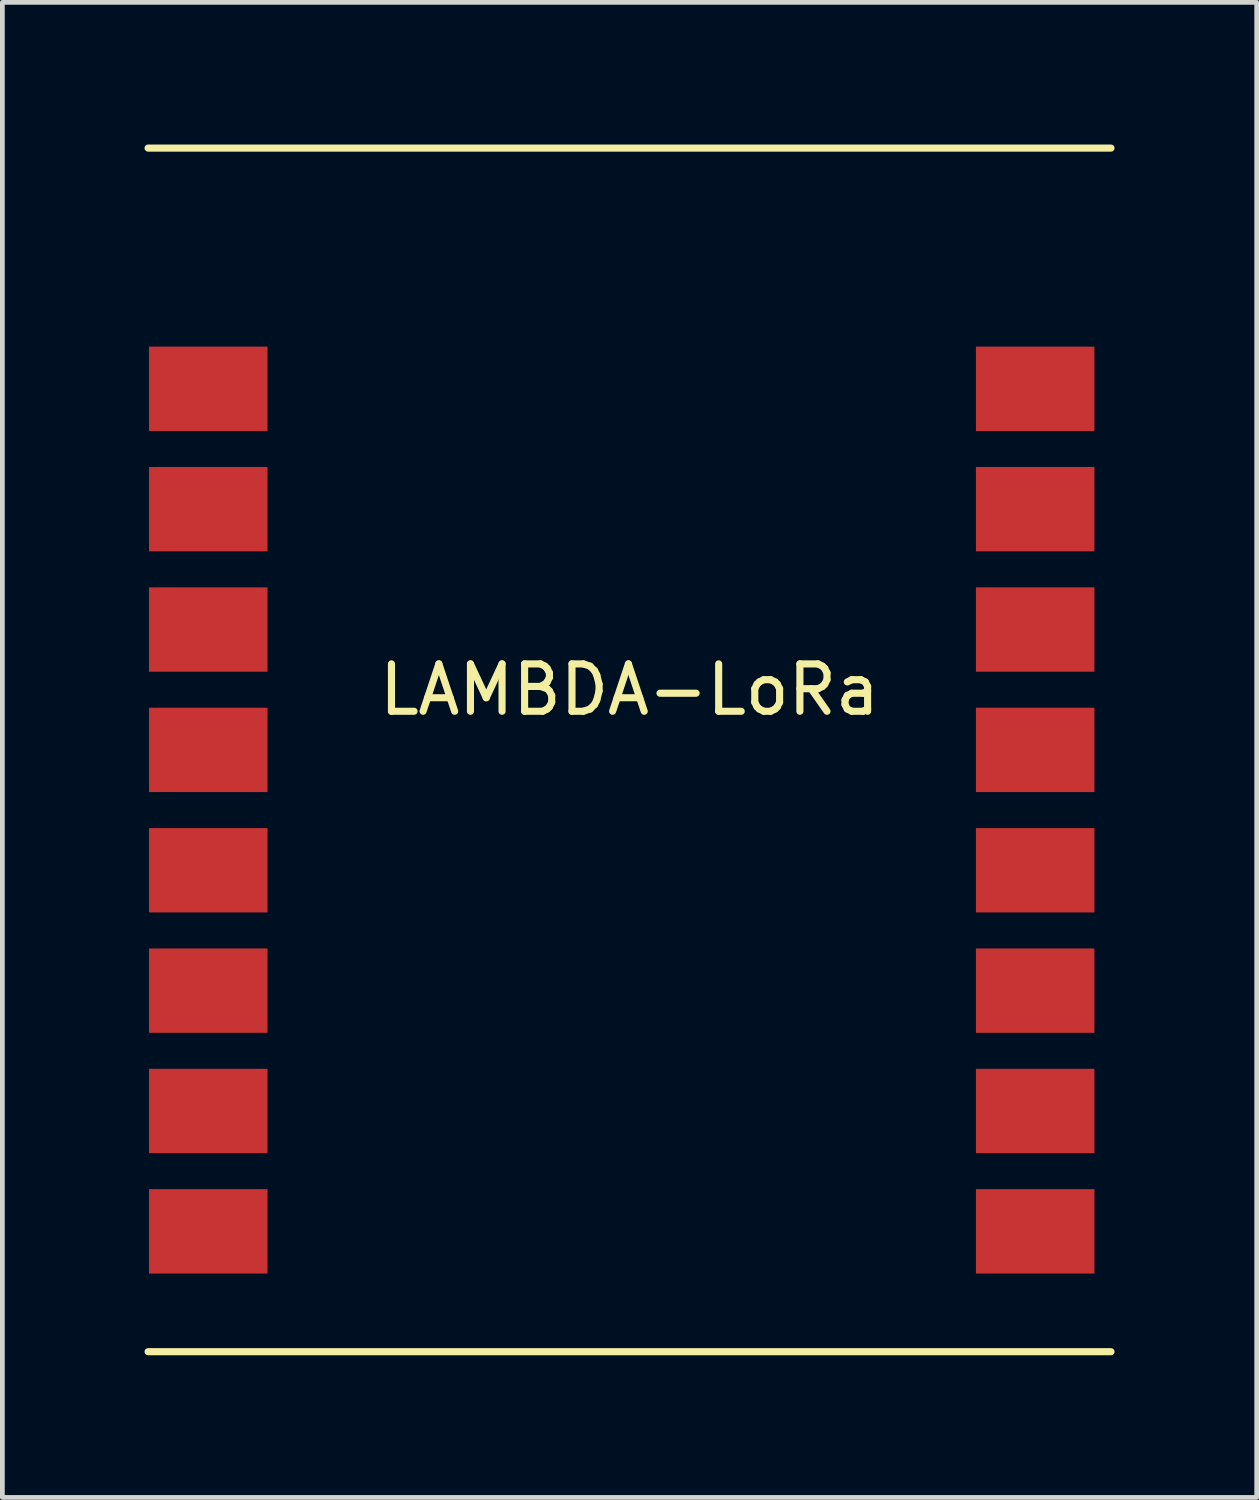
<source format=kicad_pcb>
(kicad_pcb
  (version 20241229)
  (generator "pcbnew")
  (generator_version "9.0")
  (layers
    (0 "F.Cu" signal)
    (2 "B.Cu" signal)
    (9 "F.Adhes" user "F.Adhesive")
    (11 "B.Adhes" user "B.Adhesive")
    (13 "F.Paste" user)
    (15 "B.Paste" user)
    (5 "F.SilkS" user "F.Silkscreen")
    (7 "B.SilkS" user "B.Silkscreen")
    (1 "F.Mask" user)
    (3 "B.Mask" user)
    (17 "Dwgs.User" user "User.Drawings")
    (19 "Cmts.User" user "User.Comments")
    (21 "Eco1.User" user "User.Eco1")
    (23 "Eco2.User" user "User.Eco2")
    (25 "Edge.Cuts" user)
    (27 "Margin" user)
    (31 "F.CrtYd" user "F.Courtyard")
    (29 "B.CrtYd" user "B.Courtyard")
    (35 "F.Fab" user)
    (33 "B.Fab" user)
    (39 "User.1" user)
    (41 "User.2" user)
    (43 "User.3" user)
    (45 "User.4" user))
  (footprint "LAMBDA-LoRa"
    (layer "F.Cu")
    (at 1.345 5.155)
    (property "Reference" "LAMBDA-LoRa" (at 8.89 6.35 0) (layer "F.SilkS") (effects (font (size 1 1) (thickness 0.15))))
    (attr through_hole)
    (fp_line (start -1.27 -5.08) (end 19.05 -5.08) (stroke (width 0.15) (type solid)) (layer "F.SilkS"))
    (fp_line (start -1.27 20.32) (end 19.05 20.32) (stroke (width 0.15) (type solid)) (layer "F.SilkS"))
    (pad "1" smd rect (at 0 0) (size 2.5 1.78) (layers "F.Cu" "F.Mask" "F.Paste"))
    (pad "2" smd rect (at 0 2.54) (size 2.5 1.78) (layers "F.Cu" "F.Mask" "F.Paste"))
    (pad "3" smd rect (at 0 5.08) (size 2.5 1.78) (layers "F.Cu" "F.Mask" "F.Paste"))
    (pad "4" smd rect (at 0 7.62) (size 2.5 1.78) (layers "F.Cu" "F.Mask" "F.Paste"))
    (pad "5" smd rect (at 0 10.16) (size 2.5 1.78) (layers "F.Cu" "F.Mask" "F.Paste"))
    (pad "6" smd rect (at 0 12.7) (size 2.5 1.78) (layers "F.Cu" "F.Mask" "F.Paste"))
    (pad "7" smd rect (at 0 15.24) (size 2.5 1.78) (layers "F.Cu" "F.Mask" "F.Paste"))
    (pad "8" smd rect (at 0 17.78) (size 2.5 1.78) (layers "F.Cu" "F.Mask" "F.Paste"))
    (pad "9" smd rect (at 17.45 17.78) (size 2.5 1.78) (layers "F.Cu" "F.Mask" "F.Paste"))
    (pad "10" smd rect (at 17.45 15.24) (size 2.5 1.78) (layers "F.Cu" "F.Mask" "F.Paste"))
    (pad "11" smd rect (at 17.45 12.7) (size 2.5 1.78) (layers "F.Cu" "F.Mask" "F.Paste"))
    (pad "12" smd rect (at 17.45 10.16) (size 2.5 1.78) (layers "F.Cu" "F.Mask" "F.Paste"))
    (pad "13" smd rect (at 17.45 7.62) (size 2.5 1.78) (layers "F.Cu" "F.Mask" "F.Paste"))
    (pad "14" smd rect (at 17.45 5.08) (size 2.5 1.78) (layers "F.Cu" "F.Mask" "F.Paste"))
    (pad "15" smd rect (at 17.45 2.54) (size 2.5 1.78) (layers "F.Cu" "F.Mask" "F.Paste"))
    (pad "16" smd rect (at 17.45 0) (size 2.5 1.78) (layers "F.Cu" "F.Mask" "F.Paste")))
  (gr_rect
    (start -3 -3)
    (end 23.47 28.55)
    (stroke (width 0.1) (type default))
    (fill no)
    (layer "Edge.Cuts")))
</source>
